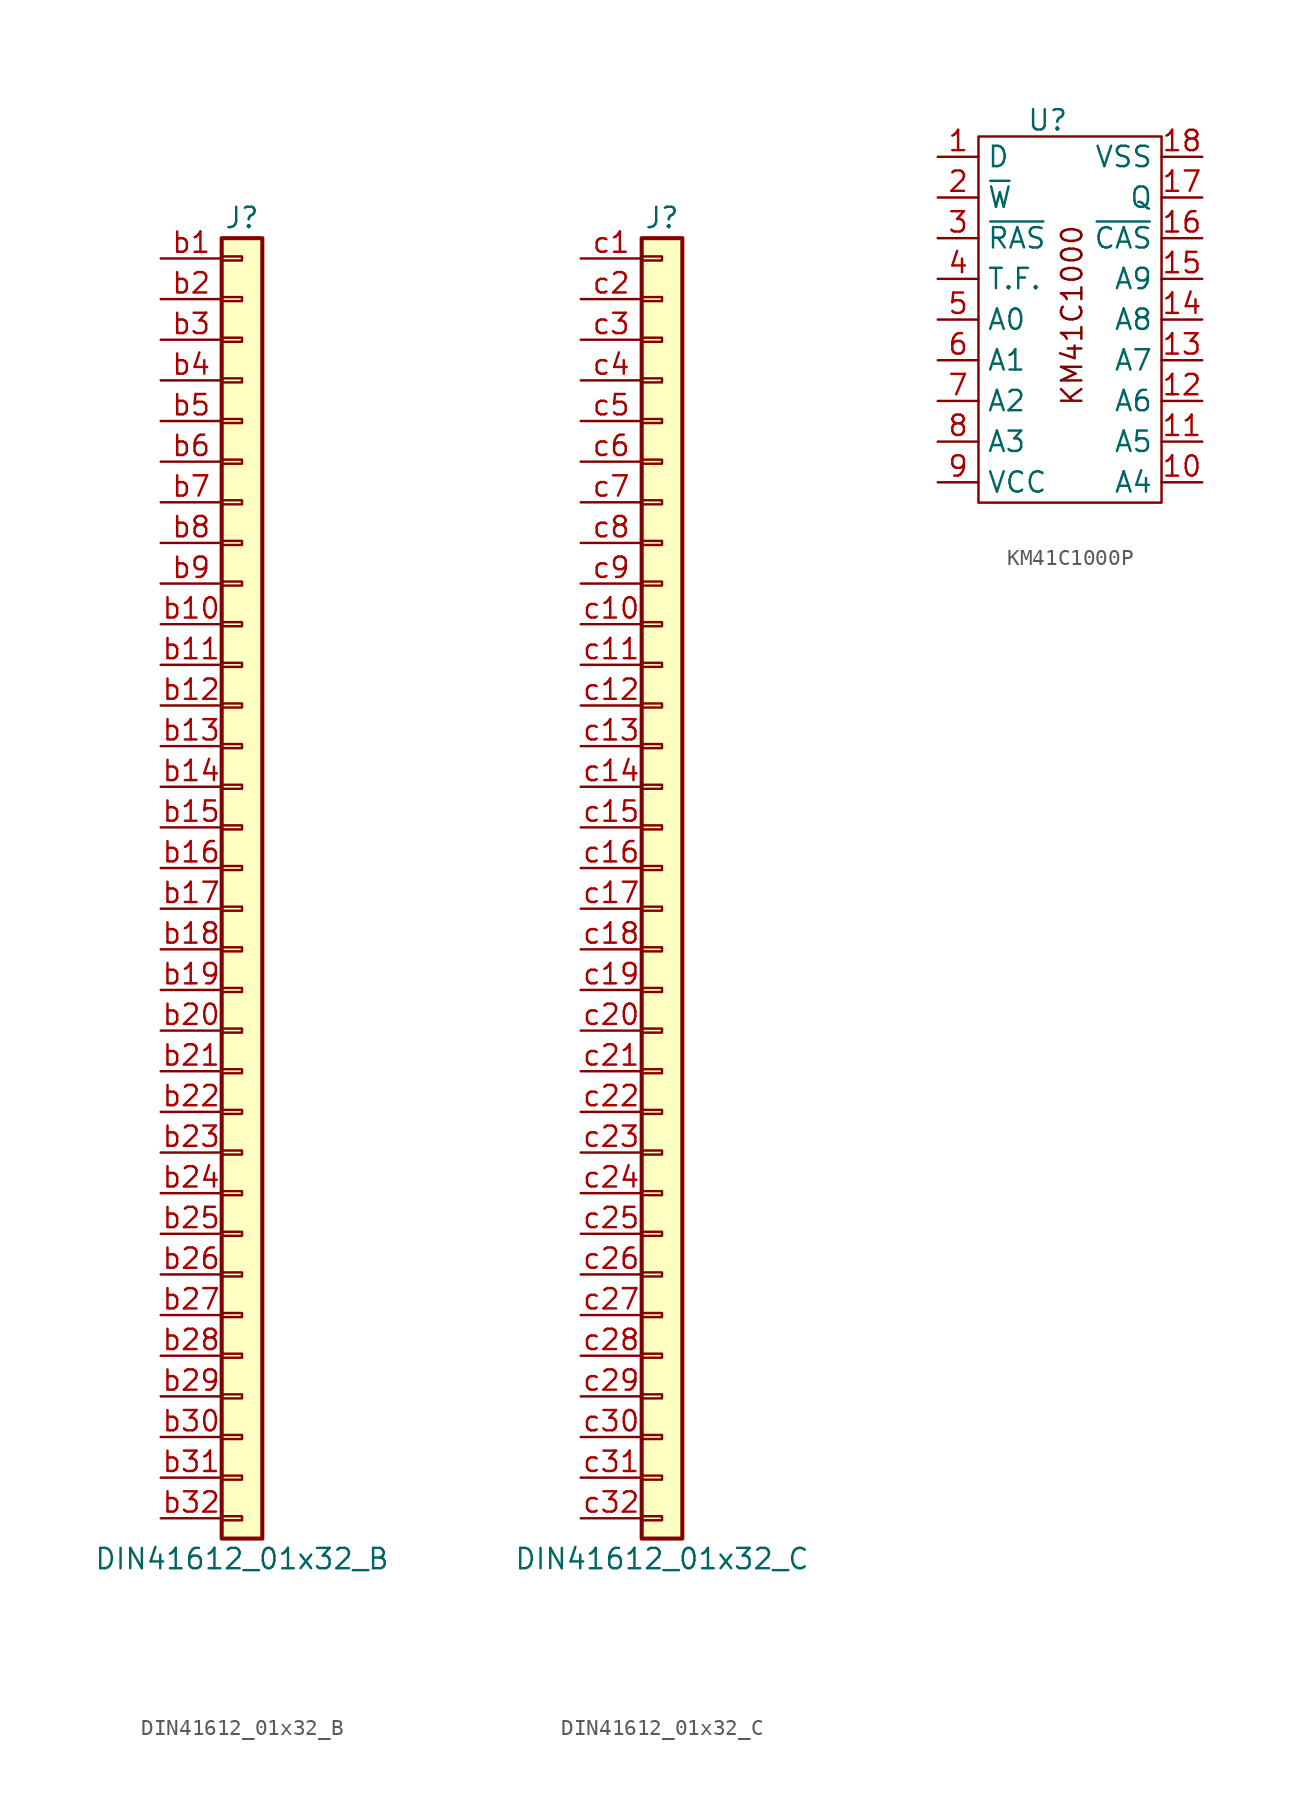
<source format=kicad_sym>
(kicad_symbol_lib
  (version 20231120)
  (generator "kicad_symbol_editor")
  (generator_version "8.0")
  (symbol "DIN41612_01x32_B"
    (pin_names
      (offset 1.016) hide)
    (property "Reference" "J"
      (at 0 40.64 0)
      (effects (font (size 1.27 1.27))))
    (property "Value" "DIN41612_01x32_B"
      (at 0 -43.18 0)
      (effects (font (size 1.27 1.27))))
    (symbol "DIN41612_01x32_B_1_1"
      (rectangle (start -1.27 -40.513) (end 0 -40.767) (stroke (width 0.152) (type default)) (fill (type none)))
      (rectangle (start -1.27 -37.973) (end 0 -38.227) (stroke (width 0.152) (type default)) (fill (type none)))
      (rectangle (start -1.27 -35.433) (end 0 -35.687) (stroke (width 0.152) (type default)) (fill (type none)))
      (rectangle (start -1.27 -32.893) (end 0 -33.147) (stroke (width 0.152) (type default)) (fill (type none)))
      (rectangle (start -1.27 -30.353) (end 0 -30.607) (stroke (width 0.152) (type default)) (fill (type none)))
      (rectangle (start -1.27 -27.813) (end 0 -28.067) (stroke (width 0.152) (type default)) (fill (type none)))
      (rectangle (start -1.27 -25.273) (end 0 -25.527) (stroke (width 0.152) (type default)) (fill (type none)))
      (rectangle (start -1.27 -22.733) (end 0 -22.987) (stroke (width 0.152) (type default)) (fill (type none)))
      (rectangle (start -1.27 -20.193) (end 0 -20.447) (stroke (width 0.152) (type default)) (fill (type none)))
      (rectangle (start -1.27 -17.653) (end 0 -17.907) (stroke (width 0.152) (type default)) (fill (type none)))
      (rectangle (start -1.27 -15.113) (end 0 -15.367) (stroke (width 0.152) (type default)) (fill (type none)))
      (rectangle (start -1.27 -12.573) (end 0 -12.827) (stroke (width 0.152) (type default)) (fill (type none)))
      (rectangle (start -1.27 -10.033) (end 0 -10.287) (stroke (width 0.152) (type default)) (fill (type none)))
      (rectangle (start -1.27 -7.493) (end 0 -7.747) (stroke (width 0.152) (type default)) (fill (type none)))
      (rectangle (start -1.27 -4.953) (end 0 -5.207) (stroke (width 0.152) (type default)) (fill (type none)))
      (rectangle (start -1.27 -2.413) (end 0 -2.667) (stroke (width 0.152) (type default)) (fill (type none)))
      (rectangle (start -1.27 0.127) (end 0 -0.127) (stroke (width 0.152) (type default)) (fill (type none)))
      (rectangle (start -1.27 2.667) (end 0 2.413) (stroke (width 0.152) (type default)) (fill (type none)))
      (rectangle (start -1.27 5.207) (end 0 4.953) (stroke (width 0.152) (type default)) (fill (type none)))
      (rectangle (start -1.27 7.747) (end 0 7.493) (stroke (width 0.152) (type default)) (fill (type none)))
      (rectangle (start -1.27 10.287) (end 0 10.033) (stroke (width 0.152) (type default)) (fill (type none)))
      (rectangle (start -1.27 12.827) (end 0 12.573) (stroke (width 0.152) (type default)) (fill (type none)))
      (rectangle (start -1.27 15.367) (end 0 15.113) (stroke (width 0.152) (type default)) (fill (type none)))
      (rectangle (start -1.27 17.907) (end 0 17.653) (stroke (width 0.152) (type default)) (fill (type none)))
      (rectangle (start -1.27 20.447) (end 0 20.193) (stroke (width 0.152) (type default)) (fill (type none)))
      (rectangle (start -1.27 22.987) (end 0 22.733) (stroke (width 0.152) (type default)) (fill (type none)))
      (rectangle (start -1.27 25.527) (end 0 25.273) (stroke (width 0.152) (type default)) (fill (type none)))
      (rectangle (start -1.27 28.067) (end 0 27.813) (stroke (width 0.152) (type default)) (fill (type none)))
      (rectangle (start -1.27 30.607) (end 0 30.353) (stroke (width 0.152) (type default)) (fill (type none)))
      (rectangle (start -1.27 33.147) (end 0 32.893) (stroke (width 0.152) (type default)) (fill (type none)))
      (rectangle (start -1.27 35.687) (end 0 35.433) (stroke (width 0.152) (type default)) (fill (type none)))
      (rectangle (start -1.27 38.227) (end 0 37.973) (stroke (width 0.152) (type default)) (fill (type none)))
      (rectangle (start -1.27 39.37) (end 1.27 -41.91) (stroke (width 0.254) (type default)) (fill (type background)))
      (pin passive line (at -5.08 38.1 0) (length 3.81) (name "Pin_b1" (effects (font (size 1.27 1.27)))) (number "b1" (effects (font (size 1.27 1.27)))))
      (pin passive line (at -5.08 15.24 0) (length 3.81) (name "Pin_b10" (effects (font (size 1.27 1.27)))) (number "b10" (effects (font (size 1.27 1.27)))))
      (pin passive line (at -5.08 12.7 0) (length 3.81) (name "Pin_b11" (effects (font (size 1.27 1.27)))) (number "b11" (effects (font (size 1.27 1.27)))))
      (pin passive line (at -5.08 10.16 0) (length 3.81) (name "Pin_b12" (effects (font (size 1.27 1.27)))) (number "b12" (effects (font (size 1.27 1.27)))))
      (pin passive line (at -5.08 7.62 0) (length 3.81) (name "Pin_b13" (effects (font (size 1.27 1.27)))) (number "b13" (effects (font (size 1.27 1.27)))))
      (pin passive line (at -5.08 5.08 0) (length 3.81) (name "Pin_b14" (effects (font (size 1.27 1.27)))) (number "b14" (effects (font (size 1.27 1.27)))))
      (pin passive line (at -5.08 2.54 0) (length 3.81) (name "Pin_b15" (effects (font (size 1.27 1.27)))) (number "b15" (effects (font (size 1.27 1.27)))))
      (pin passive line (at -5.08 0 0) (length 3.81) (name "Pin_b16" (effects (font (size 1.27 1.27)))) (number "b16" (effects (font (size 1.27 1.27)))))
      (pin passive line (at -5.08 -2.54 0) (length 3.81) (name "Pin_b17" (effects (font (size 1.27 1.27)))) (number "b17" (effects (font (size 1.27 1.27)))))
      (pin passive line (at -5.08 -5.08 0) (length 3.81) (name "Pin_b18" (effects (font (size 1.27 1.27)))) (number "b18" (effects (font (size 1.27 1.27)))))
      (pin passive line (at -5.08 -7.62 0) (length 3.81) (name "Pin_b19" (effects (font (size 1.27 1.27)))) (number "b19" (effects (font (size 1.27 1.27)))))
      (pin passive line (at -5.08 35.56 0) (length 3.81) (name "Pin_b2" (effects (font (size 1.27 1.27)))) (number "b2" (effects (font (size 1.27 1.27)))))
      (pin passive line (at -5.08 -10.16 0) (length 3.81) (name "Pin_b20" (effects (font (size 1.27 1.27)))) (number "b20" (effects (font (size 1.27 1.27)))))
      (pin passive line (at -5.08 -12.7 0) (length 3.81) (name "Pin_b21" (effects (font (size 1.27 1.27)))) (number "b21" (effects (font (size 1.27 1.27)))))
      (pin passive line (at -5.08 -15.24 0) (length 3.81) (name "Pin_b22" (effects (font (size 1.27 1.27)))) (number "b22" (effects (font (size 1.27 1.27)))))
      (pin passive line (at -5.08 -17.78 0) (length 3.81) (name "Pin_b23" (effects (font (size 1.27 1.27)))) (number "b23" (effects (font (size 1.27 1.27)))))
      (pin passive line (at -5.08 -20.32 0) (length 3.81) (name "Pin_b24" (effects (font (size 1.27 1.27)))) (number "b24" (effects (font (size 1.27 1.27)))))
      (pin passive line (at -5.08 -22.86 0) (length 3.81) (name "Pin_b25" (effects (font (size 1.27 1.27)))) (number "b25" (effects (font (size 1.27 1.27)))))
      (pin passive line (at -5.08 -25.4 0) (length 3.81) (name "Pin_b26" (effects (font (size 1.27 1.27)))) (number "b26" (effects (font (size 1.27 1.27)))))
      (pin passive line (at -5.08 -27.94 0) (length 3.81) (name "Pin_b27" (effects (font (size 1.27 1.27)))) (number "b27" (effects (font (size 1.27 1.27)))))
      (pin passive line (at -5.08 -30.48 0) (length 3.81) (name "Pin_b28" (effects (font (size 1.27 1.27)))) (number "b28" (effects (font (size 1.27 1.27)))))
      (pin passive line (at -5.08 -33.02 0) (length 3.81) (name "Pin_b29" (effects (font (size 1.27 1.27)))) (number "b29" (effects (font (size 1.27 1.27)))))
      (pin passive line (at -5.08 33.02 0) (length 3.81) (name "Pin_b3" (effects (font (size 1.27 1.27)))) (number "b3" (effects (font (size 1.27 1.27)))))
      (pin passive line (at -5.08 -35.56 0) (length 3.81) (name "Pin_b30" (effects (font (size 1.27 1.27)))) (number "b30" (effects (font (size 1.27 1.27)))))
      (pin passive line (at -5.08 -38.1 0) (length 3.81) (name "Pin_b31" (effects (font (size 1.27 1.27)))) (number "b31" (effects (font (size 1.27 1.27)))))
      (pin passive line (at -5.08 -40.64 0) (length 3.81) (name "Pin_b32" (effects (font (size 1.27 1.27)))) (number "b32" (effects (font (size 1.27 1.27)))))
      (pin passive line (at -5.08 30.48 0) (length 3.81) (name "Pin_b4" (effects (font (size 1.27 1.27)))) (number "b4" (effects (font (size 1.27 1.27)))))
      (pin passive line (at -5.08 27.94 0) (length 3.81) (name "Pin_b5" (effects (font (size 1.27 1.27)))) (number "b5" (effects (font (size 1.27 1.27)))))
      (pin passive line (at -5.08 25.4 0) (length 3.81) (name "Pin_b6" (effects (font (size 1.27 1.27)))) (number "b6" (effects (font (size 1.27 1.27)))))
      (pin passive line (at -5.08 22.86 0) (length 3.81) (name "Pin_b7" (effects (font (size 1.27 1.27)))) (number "b7" (effects (font (size 1.27 1.27)))))
      (pin passive line (at -5.08 20.32 0) (length 3.81) (name "Pin_b8" (effects (font (size 1.27 1.27)))) (number "b8" (effects (font (size 1.27 1.27)))))
      (pin passive line (at -5.08 17.78 0) (length 3.81) (name "Pin_b9" (effects (font (size 1.27 1.27)))) (number "b9" (effects (font (size 1.27 1.27)))))))
  (symbol "DIN41612_01x32_C"
    (pin_names
      (offset 1.016) hide)
    (property "Reference" "J"
      (at 0 40.64 0)
      (effects (font (size 1.27 1.27))))
    (property "Value" "DIN41612_01x32_C"
      (at 0 -43.18 0)
      (effects (font (size 1.27 1.27))))
    (symbol "DIN41612_01x32_C_1_1"
      (rectangle (start -1.27 -40.513) (end 0 -40.767) (stroke (width 0.152) (type default)) (fill (type none)))
      (rectangle (start -1.27 -37.973) (end 0 -38.227) (stroke (width 0.152) (type default)) (fill (type none)))
      (rectangle (start -1.27 -35.433) (end 0 -35.687) (stroke (width 0.152) (type default)) (fill (type none)))
      (rectangle (start -1.27 -32.893) (end 0 -33.147) (stroke (width 0.152) (type default)) (fill (type none)))
      (rectangle (start -1.27 -30.353) (end 0 -30.607) (stroke (width 0.152) (type default)) (fill (type none)))
      (rectangle (start -1.27 -27.813) (end 0 -28.067) (stroke (width 0.152) (type default)) (fill (type none)))
      (rectangle (start -1.27 -25.273) (end 0 -25.527) (stroke (width 0.152) (type default)) (fill (type none)))
      (rectangle (start -1.27 -22.733) (end 0 -22.987) (stroke (width 0.152) (type default)) (fill (type none)))
      (rectangle (start -1.27 -20.193) (end 0 -20.447) (stroke (width 0.152) (type default)) (fill (type none)))
      (rectangle (start -1.27 -17.653) (end 0 -17.907) (stroke (width 0.152) (type default)) (fill (type none)))
      (rectangle (start -1.27 -15.113) (end 0 -15.367) (stroke (width 0.152) (type default)) (fill (type none)))
      (rectangle (start -1.27 -12.573) (end 0 -12.827) (stroke (width 0.152) (type default)) (fill (type none)))
      (rectangle (start -1.27 -10.033) (end 0 -10.287) (stroke (width 0.152) (type default)) (fill (type none)))
      (rectangle (start -1.27 -7.493) (end 0 -7.747) (stroke (width 0.152) (type default)) (fill (type none)))
      (rectangle (start -1.27 -4.953) (end 0 -5.207) (stroke (width 0.152) (type default)) (fill (type none)))
      (rectangle (start -1.27 -2.413) (end 0 -2.667) (stroke (width 0.152) (type default)) (fill (type none)))
      (rectangle (start -1.27 0.127) (end 0 -0.127) (stroke (width 0.152) (type default)) (fill (type none)))
      (rectangle (start -1.27 2.667) (end 0 2.413) (stroke (width 0.152) (type default)) (fill (type none)))
      (rectangle (start -1.27 5.207) (end 0 4.953) (stroke (width 0.152) (type default)) (fill (type none)))
      (rectangle (start -1.27 7.747) (end 0 7.493) (stroke (width 0.152) (type default)) (fill (type none)))
      (rectangle (start -1.27 10.287) (end 0 10.033) (stroke (width 0.152) (type default)) (fill (type none)))
      (rectangle (start -1.27 12.827) (end 0 12.573) (stroke (width 0.152) (type default)) (fill (type none)))
      (rectangle (start -1.27 15.367) (end 0 15.113) (stroke (width 0.152) (type default)) (fill (type none)))
      (rectangle (start -1.27 17.907) (end 0 17.653) (stroke (width 0.152) (type default)) (fill (type none)))
      (rectangle (start -1.27 20.447) (end 0 20.193) (stroke (width 0.152) (type default)) (fill (type none)))
      (rectangle (start -1.27 22.987) (end 0 22.733) (stroke (width 0.152) (type default)) (fill (type none)))
      (rectangle (start -1.27 25.527) (end 0 25.273) (stroke (width 0.152) (type default)) (fill (type none)))
      (rectangle (start -1.27 28.067) (end 0 27.813) (stroke (width 0.152) (type default)) (fill (type none)))
      (rectangle (start -1.27 30.607) (end 0 30.353) (stroke (width 0.152) (type default)) (fill (type none)))
      (rectangle (start -1.27 33.147) (end 0 32.893) (stroke (width 0.152) (type default)) (fill (type none)))
      (rectangle (start -1.27 35.687) (end 0 35.433) (stroke (width 0.152) (type default)) (fill (type none)))
      (rectangle (start -1.27 38.227) (end 0 37.973) (stroke (width 0.152) (type default)) (fill (type none)))
      (rectangle (start -1.27 39.37) (end 1.27 -41.91) (stroke (width 0.254) (type default)) (fill (type background)))
      (pin passive line (at -5.08 38.1 0) (length 3.81) (name "Pin_c1" (effects (font (size 1.27 1.27)))) (number "c1" (effects (font (size 1.27 1.27)))))
      (pin passive line (at -5.08 15.24 0) (length 3.81) (name "Pin_c10" (effects (font (size 1.27 1.27)))) (number "c10" (effects (font (size 1.27 1.27)))))
      (pin passive line (at -5.08 12.7 0) (length 3.81) (name "Pin_c11" (effects (font (size 1.27 1.27)))) (number "c11" (effects (font (size 1.27 1.27)))))
      (pin passive line (at -5.08 10.16 0) (length 3.81) (name "Pin_c12" (effects (font (size 1.27 1.27)))) (number "c12" (effects (font (size 1.27 1.27)))))
      (pin passive line (at -5.08 7.62 0) (length 3.81) (name "Pin_c13" (effects (font (size 1.27 1.27)))) (number "c13" (effects (font (size 1.27 1.27)))))
      (pin passive line (at -5.08 5.08 0) (length 3.81) (name "Pin_c14" (effects (font (size 1.27 1.27)))) (number "c14" (effects (font (size 1.27 1.27)))))
      (pin passive line (at -5.08 2.54 0) (length 3.81) (name "Pin_c15" (effects (font (size 1.27 1.27)))) (number "c15" (effects (font (size 1.27 1.27)))))
      (pin passive line (at -5.08 0 0) (length 3.81) (name "Pin_c16" (effects (font (size 1.27 1.27)))) (number "c16" (effects (font (size 1.27 1.27)))))
      (pin passive line (at -5.08 -2.54 0) (length 3.81) (name "Pin_c17" (effects (font (size 1.27 1.27)))) (number "c17" (effects (font (size 1.27 1.27)))))
      (pin passive line (at -5.08 -5.08 0) (length 3.81) (name "Pin_c18" (effects (font (size 1.27 1.27)))) (number "c18" (effects (font (size 1.27 1.27)))))
      (pin passive line (at -5.08 -7.62 0) (length 3.81) (name "Pin_c19" (effects (font (size 1.27 1.27)))) (number "c19" (effects (font (size 1.27 1.27)))))
      (pin passive line (at -5.08 35.56 0) (length 3.81) (name "Pin_c2" (effects (font (size 1.27 1.27)))) (number "c2" (effects (font (size 1.27 1.27)))))
      (pin passive line (at -5.08 -10.16 0) (length 3.81) (name "Pin_c20" (effects (font (size 1.27 1.27)))) (number "c20" (effects (font (size 1.27 1.27)))))
      (pin passive line (at -5.08 -12.7 0) (length 3.81) (name "Pin_c21" (effects (font (size 1.27 1.27)))) (number "c21" (effects (font (size 1.27 1.27)))))
      (pin passive line (at -5.08 -15.24 0) (length 3.81) (name "Pin_c22" (effects (font (size 1.27 1.27)))) (number "c22" (effects (font (size 1.27 1.27)))))
      (pin passive line (at -5.08 -17.78 0) (length 3.81) (name "Pin_c23" (effects (font (size 1.27 1.27)))) (number "c23" (effects (font (size 1.27 1.27)))))
      (pin passive line (at -5.08 -20.32 0) (length 3.81) (name "Pin_c24" (effects (font (size 1.27 1.27)))) (number "c24" (effects (font (size 1.27 1.27)))))
      (pin passive line (at -5.08 -22.86 0) (length 3.81) (name "Pin_c25" (effects (font (size 1.27 1.27)))) (number "c25" (effects (font (size 1.27 1.27)))))
      (pin passive line (at -5.08 -25.4 0) (length 3.81) (name "Pin_c26" (effects (font (size 1.27 1.27)))) (number "c26" (effects (font (size 1.27 1.27)))))
      (pin passive line (at -5.08 -27.94 0) (length 3.81) (name "Pin_c27" (effects (font (size 1.27 1.27)))) (number "c27" (effects (font (size 1.27 1.27)))))
      (pin passive line (at -5.08 -30.48 0) (length 3.81) (name "Pin_c28" (effects (font (size 1.27 1.27)))) (number "c28" (effects (font (size 1.27 1.27)))))
      (pin passive line (at -5.08 -33.02 0) (length 3.81) (name "Pin_c29" (effects (font (size 1.27 1.27)))) (number "c29" (effects (font (size 1.27 1.27)))))
      (pin passive line (at -5.08 33.02 0) (length 3.81) (name "Pin_c3" (effects (font (size 1.27 1.27)))) (number "c3" (effects (font (size 1.27 1.27)))))
      (pin passive line (at -5.08 -35.56 0) (length 3.81) (name "Pin_c30" (effects (font (size 1.27 1.27)))) (number "c30" (effects (font (size 1.27 1.27)))))
      (pin passive line (at -5.08 -38.1 0) (length 3.81) (name "Pin_c31" (effects (font (size 1.27 1.27)))) (number "c31" (effects (font (size 1.27 1.27)))))
      (pin passive line (at -5.08 -40.64 0) (length 3.81) (name "Pin_c32" (effects (font (size 1.27 1.27)))) (number "c32" (effects (font (size 1.27 1.27)))))
      (pin passive line (at -5.08 30.48 0) (length 3.81) (name "Pin_c4" (effects (font (size 1.27 1.27)))) (number "c4" (effects (font (size 1.27 1.27)))))
      (pin passive line (at -5.08 27.94 0) (length 3.81) (name "Pin_c5" (effects (font (size 1.27 1.27)))) (number "c5" (effects (font (size 1.27 1.27)))))
      (pin passive line (at -5.08 25.4 0) (length 3.81) (name "Pin_c6" (effects (font (size 1.27 1.27)))) (number "c6" (effects (font (size 1.27 1.27)))))
      (pin passive line (at -5.08 22.86 0) (length 3.81) (name "Pin_c7" (effects (font (size 1.27 1.27)))) (number "c7" (effects (font (size 1.27 1.27)))))
      (pin passive line (at -5.08 20.32 0) (length 3.81) (name "Pin_c8" (effects (font (size 1.27 1.27)))) (number "c8" (effects (font (size 1.27 1.27)))))
      (pin passive line (at -5.08 17.78 0) (length 3.81) (name "Pin_c9" (effects (font (size 1.27 1.27)))) (number "c9" (effects (font (size 1.27 1.27)))))))
  (symbol "KM41C1000P"
    (property "Reference" "U"
      (at -0.762 3.556 0)
      (effects (font (size 1.27 1.27))))
    (property "Value" ""
      (at 0 0 0)
      (effects (font (size 1.27 1.27))))
    (symbol "KM41C1000P_0_1"
      (rectangle (start -5.08 2.54) (end 6.35 -20.32) (stroke (width 0) (type default)) (fill (type none))))
    (symbol "KM41C1000P_1_1"
      (text "KM41C1000" (at 0.762 -8.636 900) (effects (font (size 1.27 1.27))))
      (pin input line (at -7.62 1.27 0) (length 2.54) (name "D" (effects (font (size 1.27 1.27)))) (number "1" (effects (font (size 1.27 1.27)))))
      (pin input line (at 8.89 -19.05 180) (length 2.54) (name "A4" (effects (font (size 1.27 1.27)))) (number "10" (effects (font (size 1.27 1.27)))))
      (pin input line (at 8.89 -16.51 180) (length 2.54) (name "A5" (effects (font (size 1.27 1.27)))) (number "11" (effects (font (size 1.27 1.27)))))
      (pin input line (at 8.89 -13.97 180) (length 2.54) (name "A6" (effects (font (size 1.27 1.27)))) (number "12" (effects (font (size 1.27 1.27)))))
      (pin input line (at 8.89 -11.43 180) (length 2.54) (name "A7" (effects (font (size 1.27 1.27)))) (number "13" (effects (font (size 1.27 1.27)))))
      (pin input line (at 8.89 -8.89 180) (length 2.54) (name "A8" (effects (font (size 1.27 1.27)))) (number "14" (effects (font (size 1.27 1.27)))))
      (pin input line (at 8.89 -6.35 180) (length 2.54) (name "A9" (effects (font (size 1.27 1.27)))) (number "15" (effects (font (size 1.27 1.27)))))
      (pin input line (at 8.89 -3.81 180) (length 2.54) (name "~{CAS}" (effects (font (size 1.27 1.27)))) (number "16" (effects (font (size 1.27 1.27)))))
      (pin output line (at 8.89 -1.27 180) (length 2.54) (name "Q" (effects (font (size 1.27 1.27)))) (number "17" (effects (font (size 1.27 1.27)))))
      (pin power_in line (at 8.89 1.27 180) (length 2.54) (name "VSS" (effects (font (size 1.27 1.27)))) (number "18" (effects (font (size 1.27 1.27)))))
      (pin input line (at -7.62 -1.27 0) (length 2.54) (name "~{W}" (effects (font (size 1.27 1.27)))) (number "2" (effects (font (size 1.27 1.27)))))
      (pin input line (at -7.62 -3.81 0) (length 2.54) (name "~{RAS}" (effects (font (size 1.27 1.27)))) (number "3" (effects (font (size 1.27 1.27)))))
      (pin input line (at -7.62 -6.35 0) (length 2.54) (name "T.F." (effects (font (size 1.27 1.27)))) (number "4" (effects (font (size 1.27 1.27)))))
      (pin input line (at -7.62 -8.89 0) (length 2.54) (name "A0" (effects (font (size 1.27 1.27)))) (number "5" (effects (font (size 1.27 1.27)))))
      (pin input line (at -7.62 -11.43 0) (length 2.54) (name "A1" (effects (font (size 1.27 1.27)))) (number "6" (effects (font (size 1.27 1.27)))))
      (pin input line (at -7.62 -13.97 0) (length 2.54) (name "A2" (effects (font (size 1.27 1.27)))) (number "7" (effects (font (size 1.27 1.27)))))
      (pin input line (at -7.62 -16.51 0) (length 2.54) (name "A3" (effects (font (size 1.27 1.27)))) (number "8" (effects (font (size 1.27 1.27)))))
      (pin power_in line (at -7.62 -19.05 0) (length 2.54) (name "VCC" (effects (font (size 1.27 1.27)))) (number "9" (effects (font (size 1.27 1.27))))))))
</source>
